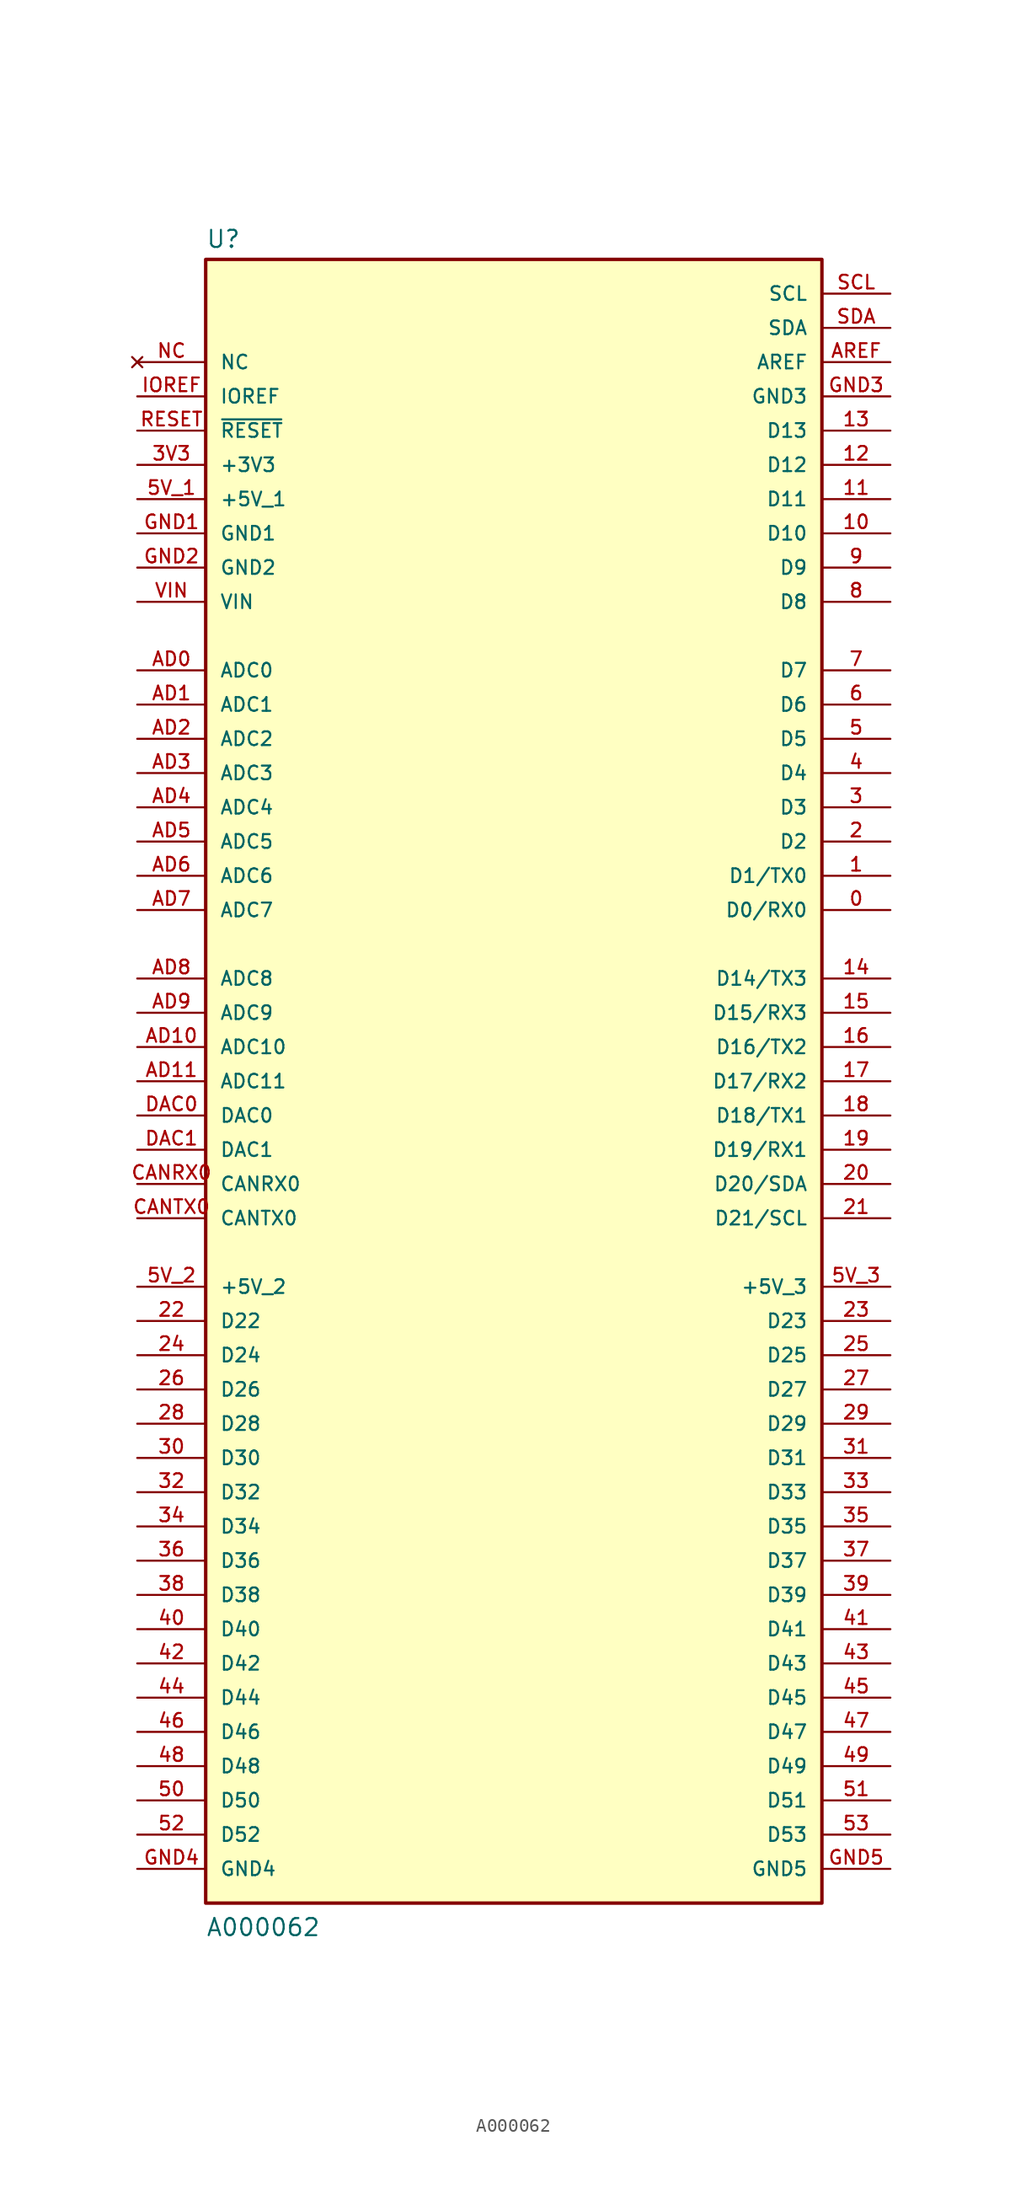
<source format=kicad_sym>
(kicad_symbol_lib
  (version 20211014)
  (generator kicad_symbol_editor)
  (symbol "A000062"
    (pin_names
      (offset 1.016))
    (property "Reference" "U"
      (at -22.86 61.722 0)
      (effects (font (size 1.27 1.27)) (justify bottom left)))
    (property "Value" "A000062"
      (at -22.86 -63.5 0)
      (effects (font (size 1.27 1.27)) (justify bottom left)))
    (symbol "A000062_0_0"
      (rectangle (start -22.86 -60.96) (end 22.86 60.96) (stroke (width 0.254)) (fill (type background)))
      (pin no_connect line (at -27.94 53.34 0) (length 5.08) (name "NC" (effects (font (size 1.016 1.016)))) (number "NC" (effects (font (size 1.016 1.016)))))
      (pin bidirectional line (at -27.94 50.8 0) (length 5.08) (name "IOREF" (effects (font (size 1.016 1.016)))) (number "IOREF" (effects (font (size 1.016 1.016)))))
      (pin input line (at -27.94 48.26 0) (length 5.08) (name "~{RESET}" (effects (font (size 1.016 1.016)))) (number "RESET" (effects (font (size 1.016 1.016)))))
      (pin power_in line (at -27.94 45.72 0) (length 5.08) (name "+3V3" (effects (font (size 1.016 1.016)))) (number "3V3" (effects (font (size 1.016 1.016)))))
      (pin power_in line (at -27.94 43.18 0) (length 5.08) (name "+5V_1" (effects (font (size 1.016 1.016)))) (number "5V_1" (effects (font (size 1.016 1.016)))))
      (pin power_in line (at -27.94 40.64 0) (length 5.08) (name "GND1" (effects (font (size 1.016 1.016)))) (number "GND1" (effects (font (size 1.016 1.016)))))
      (pin power_in line (at -27.94 38.1 0) (length 5.08) (name "GND2" (effects (font (size 1.016 1.016)))) (number "GND2" (effects (font (size 1.016 1.016)))))
      (pin input line (at -27.94 35.56 0) (length 5.08) (name "VIN" (effects (font (size 1.016 1.016)))) (number "VIN" (effects (font (size 1.016 1.016)))))
      (pin bidirectional line (at -27.94 30.48 0) (length 5.08) (name "ADC0" (effects (font (size 1.016 1.016)))) (number "AD0" (effects (font (size 1.016 1.016)))))
      (pin bidirectional line (at -27.94 27.94 0) (length 5.08) (name "ADC1" (effects (font (size 1.016 1.016)))) (number "AD1" (effects (font (size 1.016 1.016)))))
      (pin bidirectional line (at -27.94 25.4 0) (length 5.08) (name "ADC2" (effects (font (size 1.016 1.016)))) (number "AD2" (effects (font (size 1.016 1.016)))))
      (pin bidirectional line (at -27.94 22.86 0) (length 5.08) (name "ADC3" (effects (font (size 1.016 1.016)))) (number "AD3" (effects (font (size 1.016 1.016)))))
      (pin bidirectional line (at -27.94 20.32 0) (length 5.08) (name "ADC4" (effects (font (size 1.016 1.016)))) (number "AD4" (effects (font (size 1.016 1.016)))))
      (pin bidirectional line (at -27.94 17.78 0) (length 5.08) (name "ADC5" (effects (font (size 1.016 1.016)))) (number "AD5" (effects (font (size 1.016 1.016)))))
      (pin bidirectional line (at -27.94 15.24 0) (length 5.08) (name "ADC6" (effects (font (size 1.016 1.016)))) (number "AD6" (effects (font (size 1.016 1.016)))))
      (pin bidirectional line (at -27.94 12.7 0) (length 5.08) (name "ADC7" (effects (font (size 1.016 1.016)))) (number "AD7" (effects (font (size 1.016 1.016)))))
      (pin bidirectional line (at -27.94 7.62 0) (length 5.08) (name "ADC8" (effects (font (size 1.016 1.016)))) (number "AD8" (effects (font (size 1.016 1.016)))))
      (pin bidirectional line (at -27.94 5.08 0) (length 5.08) (name "ADC9" (effects (font (size 1.016 1.016)))) (number "AD9" (effects (font (size 1.016 1.016)))))
      (pin bidirectional line (at -27.94 2.54 0) (length 5.08) (name "ADC10" (effects (font (size 1.016 1.016)))) (number "AD10" (effects (font (size 1.016 1.016)))))
      (pin bidirectional line (at -27.94 0.0 0) (length 5.08) (name "ADC11" (effects (font (size 1.016 1.016)))) (number "AD11" (effects (font (size 1.016 1.016)))))
      (pin bidirectional line (at -27.94 -5.08 0) (length 5.08) (name "DAC1" (effects (font (size 1.016 1.016)))) (number "DAC1" (effects (font (size 1.016 1.016)))))
      (pin bidirectional line (at -27.94 -7.62 0) (length 5.08) (name "CANRX0" (effects (font (size 1.016 1.016)))) (number "CANRX0" (effects (font (size 1.016 1.016)))))
      (pin bidirectional line (at -27.94 -10.16 0) (length 5.08) (name "CANTX0" (effects (font (size 1.016 1.016)))) (number "CANTX0" (effects (font (size 1.016 1.016)))))
      (pin bidirectional line (at -27.94 -2.54 0) (length 5.08) (name "DAC0" (effects (font (size 1.016 1.016)))) (number "DAC0" (effects (font (size 1.016 1.016)))))
      (pin bidirectional line (at 27.94 -5.08 180.0) (length 5.08) (name "D19/RX1" (effects (font (size 1.016 1.016)))) (number "19" (effects (font (size 1.016 1.016)))))
      (pin bidirectional line (at 27.94 -7.62 180.0) (length 5.08) (name "D20/SDA" (effects (font (size 1.016 1.016)))) (number "20" (effects (font (size 1.016 1.016)))))
      (pin bidirectional line (at 27.94 -10.16 180.0) (length 5.08) (name "D21/SCL" (effects (font (size 1.016 1.016)))) (number "21" (effects (font (size 1.016 1.016)))))
      (pin bidirectional line (at 27.94 -2.54 180.0) (length 5.08) (name "D18/TX1" (effects (font (size 1.016 1.016)))) (number "18" (effects (font (size 1.016 1.016)))))
      (pin bidirectional line (at 27.94 30.48 180.0) (length 5.08) (name "D7" (effects (font (size 1.016 1.016)))) (number "7" (effects (font (size 1.016 1.016)))))
      (pin bidirectional line (at 27.94 27.94 180.0) (length 5.08) (name "D6" (effects (font (size 1.016 1.016)))) (number "6" (effects (font (size 1.016 1.016)))))
      (pin bidirectional line (at 27.94 25.4 180.0) (length 5.08) (name "D5" (effects (font (size 1.016 1.016)))) (number "5" (effects (font (size 1.016 1.016)))))
      (pin bidirectional line (at 27.94 22.86 180.0) (length 5.08) (name "D4" (effects (font (size 1.016 1.016)))) (number "4" (effects (font (size 1.016 1.016)))))
      (pin bidirectional line (at 27.94 17.78 180.0) (length 5.08) (name "D2" (effects (font (size 1.016 1.016)))) (number "2" (effects (font (size 1.016 1.016)))))
      (pin bidirectional line (at 27.94 20.32 180.0) (length 5.08) (name "D3" (effects (font (size 1.016 1.016)))) (number "3" (effects (font (size 1.016 1.016)))))
      (pin input line (at 27.94 53.34 180.0) (length 5.08) (name "AREF" (effects (font (size 1.016 1.016)))) (number "AREF" (effects (font (size 1.016 1.016)))))
      (pin power_in line (at 27.94 50.8 180.0) (length 5.08) (name "GND3" (effects (font (size 1.016 1.016)))) (number "GND3" (effects (font (size 1.016 1.016)))))
      (pin bidirectional line (at 27.94 48.26 180.0) (length 5.08) (name "D13" (effects (font (size 1.016 1.016)))) (number "13" (effects (font (size 1.016 1.016)))))
      (pin bidirectional line (at 27.94 45.72 180.0) (length 5.08) (name "D12" (effects (font (size 1.016 1.016)))) (number "12" (effects (font (size 1.016 1.016)))))
      (pin bidirectional line (at 27.94 40.64 180.0) (length 5.08) (name "D10" (effects (font (size 1.016 1.016)))) (number "10" (effects (font (size 1.016 1.016)))))
      (pin bidirectional line (at 27.94 38.1 180.0) (length 5.08) (name "D9" (effects (font (size 1.016 1.016)))) (number "9" (effects (font (size 1.016 1.016)))))
      (pin bidirectional line (at 27.94 35.56 180.0) (length 5.08) (name "D8" (effects (font (size 1.016 1.016)))) (number "8" (effects (font (size 1.016 1.016)))))
      (pin bidirectional line (at 27.94 43.18 180.0) (length 5.08) (name "D11" (effects (font (size 1.016 1.016)))) (number "11" (effects (font (size 1.016 1.016)))))
      (pin bidirectional line (at 27.94 0.0 180.0) (length 5.08) (name "D17/RX2" (effects (font (size 1.016 1.016)))) (number "17" (effects (font (size 1.016 1.016)))))
      (pin bidirectional line (at 27.94 2.54 180.0) (length 5.08) (name "D16/TX2" (effects (font (size 1.016 1.016)))) (number "16" (effects (font (size 1.016 1.016)))))
      (pin bidirectional line (at 27.94 5.08 180.0) (length 5.08) (name "D15/RX3" (effects (font (size 1.016 1.016)))) (number "15" (effects (font (size 1.016 1.016)))))
      (pin bidirectional line (at 27.94 7.62 180.0) (length 5.08) (name "D14/TX3" (effects (font (size 1.016 1.016)))) (number "14" (effects (font (size 1.016 1.016)))))
      (pin bidirectional line (at 27.94 12.7 180.0) (length 5.08) (name "D0/RX0" (effects (font (size 1.016 1.016)))) (number "0" (effects (font (size 1.016 1.016)))))
      (pin bidirectional line (at 27.94 15.24 180.0) (length 5.08) (name "D1/TX0" (effects (font (size 1.016 1.016)))) (number "1" (effects (font (size 1.016 1.016)))))
      (pin bidirectional line (at 27.94 58.42 180.0) (length 5.08) (name "SCL" (effects (font (size 1.016 1.016)))) (number "SCL" (effects (font (size 1.016 1.016)))))
      (pin bidirectional line (at 27.94 55.88 180.0) (length 5.08) (name "SDA" (effects (font (size 1.016 1.016)))) (number "SDA" (effects (font (size 1.016 1.016)))))
      (pin power_in line (at -27.94 -15.24 0) (length 5.08) (name "+5V_2" (effects (font (size 1.016 1.016)))) (number "5V_2" (effects (font (size 1.016 1.016)))))
      (pin power_in line (at 27.94 -15.24 180.0) (length 5.08) (name "+5V_3" (effects (font (size 1.016 1.016)))) (number "5V_3" (effects (font (size 1.016 1.016)))))
      (pin bidirectional line (at -27.94 -17.78 0) (length 5.08) (name "D22" (effects (font (size 1.016 1.016)))) (number "22" (effects (font (size 1.016 1.016)))))
      (pin bidirectional line (at -27.94 -20.32 0) (length 5.08) (name "D24" (effects (font (size 1.016 1.016)))) (number "24" (effects (font (size 1.016 1.016)))))
      (pin bidirectional line (at -27.94 -22.86 0) (length 5.08) (name "D26" (effects (font (size 1.016 1.016)))) (number "26" (effects (font (size 1.016 1.016)))))
      (pin bidirectional line (at -27.94 -25.4 0) (length 5.08) (name "D28" (effects (font (size 1.016 1.016)))) (number "28" (effects (font (size 1.016 1.016)))))
      (pin bidirectional line (at -27.94 -30.48 0) (length 5.08) (name "D32" (effects (font (size 1.016 1.016)))) (number "32" (effects (font (size 1.016 1.016)))))
      (pin bidirectional line (at -27.94 -33.02 0) (length 5.08) (name "D34" (effects (font (size 1.016 1.016)))) (number "34" (effects (font (size 1.016 1.016)))))
      (pin bidirectional line (at -27.94 -35.56 0) (length 5.08) (name "D36" (effects (font (size 1.016 1.016)))) (number "36" (effects (font (size 1.016 1.016)))))
      (pin bidirectional line (at -27.94 -27.94 0) (length 5.08) (name "D30" (effects (font (size 1.016 1.016)))) (number "30" (effects (font (size 1.016 1.016)))))
      (pin bidirectional line (at 27.94 -30.48 180.0) (length 5.08) (name "D33" (effects (font (size 1.016 1.016)))) (number "33" (effects (font (size 1.016 1.016)))))
      (pin bidirectional line (at 27.94 -33.02 180.0) (length 5.08) (name "D35" (effects (font (size 1.016 1.016)))) (number "35" (effects (font (size 1.016 1.016)))))
      (pin bidirectional line (at 27.94 -35.56 180.0) (length 5.08) (name "D37" (effects (font (size 1.016 1.016)))) (number "37" (effects (font (size 1.016 1.016)))))
      (pin bidirectional line (at 27.94 -27.94 180.0) (length 5.08) (name "D31" (effects (font (size 1.016 1.016)))) (number "31" (effects (font (size 1.016 1.016)))))
      (pin bidirectional line (at 27.94 -25.4 180.0) (length 5.08) (name "D29" (effects (font (size 1.016 1.016)))) (number "29" (effects (font (size 1.016 1.016)))))
      (pin bidirectional line (at 27.94 -22.86 180.0) (length 5.08) (name "D27" (effects (font (size 1.016 1.016)))) (number "27" (effects (font (size 1.016 1.016)))))
      (pin bidirectional line (at 27.94 -20.32 180.0) (length 5.08) (name "D25" (effects (font (size 1.016 1.016)))) (number "25" (effects (font (size 1.016 1.016)))))
      (pin bidirectional line (at 27.94 -17.78 180.0) (length 5.08) (name "D23" (effects (font (size 1.016 1.016)))) (number "23" (effects (font (size 1.016 1.016)))))
      (pin bidirectional line (at -27.94 -38.1 0) (length 5.08) (name "D38" (effects (font (size 1.016 1.016)))) (number "38" (effects (font (size 1.016 1.016)))))
      (pin bidirectional line (at -27.94 -40.64 0) (length 5.08) (name "D40" (effects (font (size 1.016 1.016)))) (number "40" (effects (font (size 1.016 1.016)))))
      (pin bidirectional line (at -27.94 -43.18 0) (length 5.08) (name "D42" (effects (font (size 1.016 1.016)))) (number "42" (effects (font (size 1.016 1.016)))))
      (pin bidirectional line (at -27.94 -45.72 0) (length 5.08) (name "D44" (effects (font (size 1.016 1.016)))) (number "44" (effects (font (size 1.016 1.016)))))
      (pin bidirectional line (at -27.94 -50.8 0) (length 5.08) (name "D48" (effects (font (size 1.016 1.016)))) (number "48" (effects (font (size 1.016 1.016)))))
      (pin bidirectional line (at -27.94 -53.34 0) (length 5.08) (name "D50" (effects (font (size 1.016 1.016)))) (number "50" (effects (font (size 1.016 1.016)))))
      (pin bidirectional line (at -27.94 -55.88 0) (length 5.08) (name "D52" (effects (font (size 1.016 1.016)))) (number "52" (effects (font (size 1.016 1.016)))))
      (pin bidirectional line (at -27.94 -48.26 0) (length 5.08) (name "D46" (effects (font (size 1.016 1.016)))) (number "46" (effects (font (size 1.016 1.016)))))
      (pin bidirectional line (at 27.94 -50.8 180.0) (length 5.08) (name "D49" (effects (font (size 1.016 1.016)))) (number "49" (effects (font (size 1.016 1.016)))))
      (pin bidirectional line (at 27.94 -53.34 180.0) (length 5.08) (name "D51" (effects (font (size 1.016 1.016)))) (number "51" (effects (font (size 1.016 1.016)))))
      (pin bidirectional line (at 27.94 -55.88 180.0) (length 5.08) (name "D53" (effects (font (size 1.016 1.016)))) (number "53" (effects (font (size 1.016 1.016)))))
      (pin bidirectional line (at 27.94 -48.26 180.0) (length 5.08) (name "D47" (effects (font (size 1.016 1.016)))) (number "47" (effects (font (size 1.016 1.016)))))
      (pin bidirectional line (at 27.94 -45.72 180.0) (length 5.08) (name "D45" (effects (font (size 1.016 1.016)))) (number "45" (effects (font (size 1.016 1.016)))))
      (pin bidirectional line (at 27.94 -43.18 180.0) (length 5.08) (name "D43" (effects (font (size 1.016 1.016)))) (number "43" (effects (font (size 1.016 1.016)))))
      (pin bidirectional line (at 27.94 -40.64 180.0) (length 5.08) (name "D41" (effects (font (size 1.016 1.016)))) (number "41" (effects (font (size 1.016 1.016)))))
      (pin bidirectional line (at 27.94 -38.1 180.0) (length 5.08) (name "D39" (effects (font (size 1.016 1.016)))) (number "39" (effects (font (size 1.016 1.016)))))
      (pin power_in line (at -27.94 -58.42 0) (length 5.08) (name "GND4" (effects (font (size 1.016 1.016)))) (number "GND4" (effects (font (size 1.016 1.016)))))
      (pin power_in line (at 27.94 -58.42 180.0) (length 5.08) (name "GND5" (effects (font (size 1.016 1.016)))) (number "GND5" (effects (font (size 1.016 1.016))))))))
</source>
